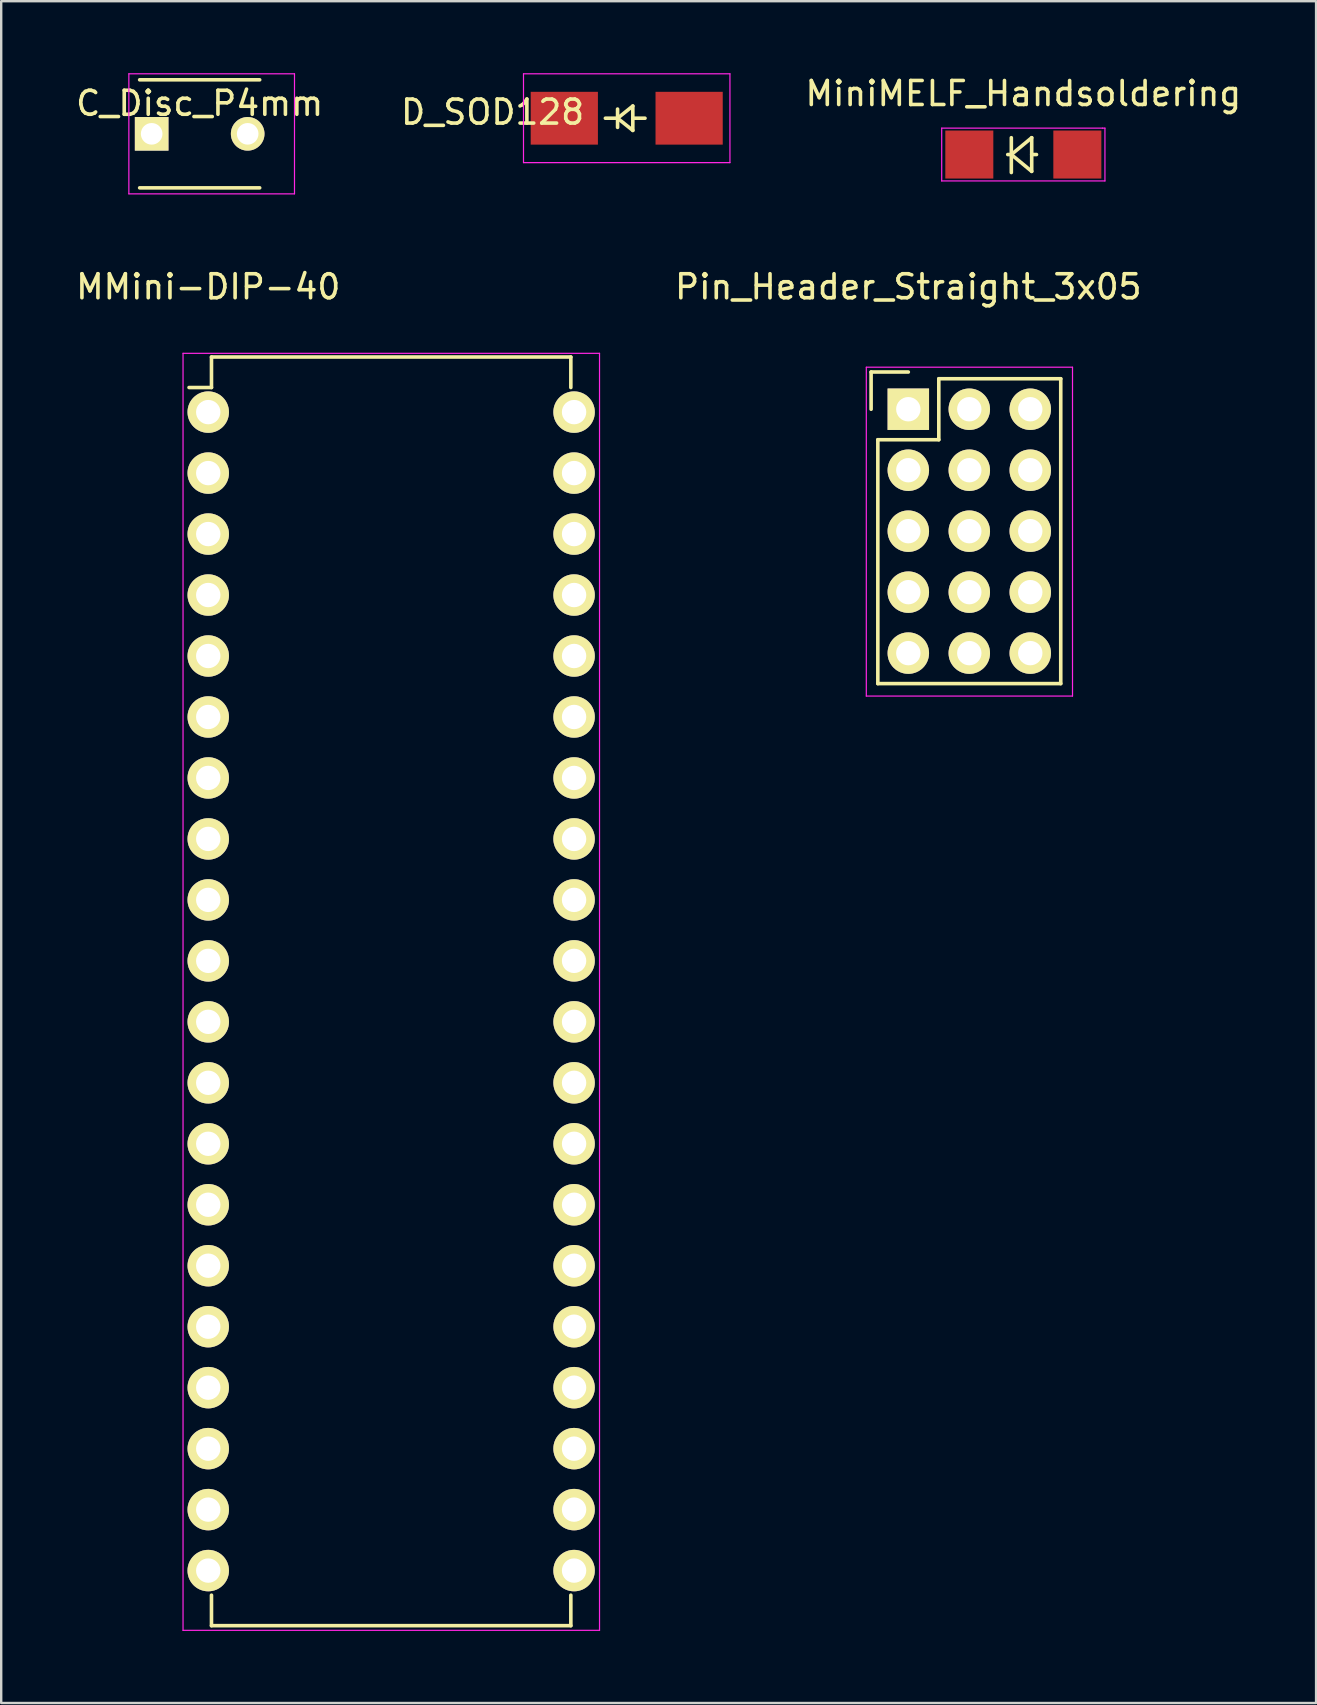
<source format=kicad_pcb>
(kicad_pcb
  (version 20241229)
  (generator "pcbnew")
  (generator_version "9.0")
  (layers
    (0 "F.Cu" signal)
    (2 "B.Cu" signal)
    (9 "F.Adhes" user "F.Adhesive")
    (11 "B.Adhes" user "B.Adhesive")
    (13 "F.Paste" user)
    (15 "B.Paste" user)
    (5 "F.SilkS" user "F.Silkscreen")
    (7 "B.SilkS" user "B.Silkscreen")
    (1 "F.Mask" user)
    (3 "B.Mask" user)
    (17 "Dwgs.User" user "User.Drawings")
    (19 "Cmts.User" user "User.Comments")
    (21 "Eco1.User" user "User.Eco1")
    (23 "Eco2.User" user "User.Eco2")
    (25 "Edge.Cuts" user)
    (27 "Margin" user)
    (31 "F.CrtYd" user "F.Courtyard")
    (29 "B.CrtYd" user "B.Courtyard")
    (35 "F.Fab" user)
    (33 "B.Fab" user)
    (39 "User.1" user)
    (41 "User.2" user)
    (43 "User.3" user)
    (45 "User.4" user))
  (footprint "Pin_Header_Straight_3x05"
    (layer "F.Cu")
    (at 34.789 13.998)
    (property "Reference" "Pin_Header_Straight_3x05" (at 0 -5.1 0) (layer "F.SilkS") (effects (font (size 1 1) (thickness 0.15))))
    (attr through_hole)
    (fp_line (start -1.55 -1.55) (end -1.55 0) (stroke (width 0.15) (type solid)) (layer "F.SilkS"))
    (fp_line (start -1.27 11.43) (end -1.27 1.27) (stroke (width 0.15) (type solid)) (layer "F.SilkS"))
    (fp_line (start 0 -1.55) (end -1.55 -1.55) (stroke (width 0.15) (type solid)) (layer "F.SilkS"))
    (fp_line (start 1.27 -1.27) (end 1.27 1.27) (stroke (width 0.15) (type solid)) (layer "F.SilkS"))
    (fp_line (start 1.27 1.27) (end -1.27 1.27) (stroke (width 0.15) (type solid)) (layer "F.SilkS"))
    (fp_line (start 6.35 -1.27) (end 1.27 -1.27) (stroke (width 0.15) (type solid)) (layer "F.SilkS"))
    (fp_line (start 6.35 -1.27) (end 6.35 11.43) (stroke (width 0.15) (type solid)) (layer "F.SilkS"))
    (fp_line (start 6.35 11.43) (end -1.27 11.43) (stroke (width 0.15) (type solid)) (layer "F.SilkS"))
    (fp_line (start -1.75 -1.75) (end -1.75 11.95) (stroke (width 0.05) (type solid)) (layer "F.CrtYd"))
    (fp_line (start -1.75 -1.75) (end 6.84 -1.75) (stroke (width 0.05) (type solid)) (layer "F.CrtYd"))
    (fp_line (start -1.75 11.95) (end 6.84 11.95) (stroke (width 0.05) (type solid)) (layer "F.CrtYd"))
    (fp_line (start 6.84 -1.75) (end 6.84 11.95) (stroke (width 0.05) (type solid)) (layer "F.CrtYd"))
    (pad "1" thru_hole rect (at 0 0) (size 1.727 1.727) (drill 1.016) (layers "*.Cu" "*.Mask" "F.SilkS"))
    (pad "2" thru_hole oval (at 0 2.54) (size 1.727 1.727) (drill 1.016) (layers "*.Cu" "*.Mask" "F.SilkS"))
    (pad "3" thru_hole oval (at 0 5.08) (size 1.727 1.727) (drill 1.016) (layers "*.Cu" "*.Mask" "F.SilkS"))
    (pad "4" thru_hole oval (at 0 7.62) (size 1.727 1.727) (drill 1.016) (layers "*.Cu" "*.Mask" "F.SilkS"))
    (pad "5" thru_hole oval (at 0 10.16) (size 1.727 1.727) (drill 1.016) (layers "*.Cu" "*.Mask" "F.SilkS"))
    (pad "6" thru_hole oval (at 2.54 0) (size 1.727 1.727) (drill 1.016) (layers "*.Cu" "*.Mask" "F.SilkS"))
    (pad "7" thru_hole oval (at 2.54 2.54) (size 1.727 1.727) (drill 1.016) (layers "*.Cu" "*.Mask" "F.SilkS"))
    (pad "8" thru_hole oval (at 2.54 5.08) (size 1.727 1.727) (drill 1.016) (layers "*.Cu" "*.Mask" "F.SilkS"))
    (pad "9" thru_hole oval (at 2.54 7.62) (size 1.727 1.727) (drill 1.016) (layers "*.Cu" "*.Mask" "F.SilkS"))
    (pad "10" thru_hole oval (at 2.54 10.16) (size 1.727 1.727) (drill 1.016) (layers "*.Cu" "*.Mask" "F.SilkS"))
    (pad "11" thru_hole oval (at 5.08 0) (size 1.727 1.727) (drill 1.016) (layers "*.Cu" "*.Mask" "F.SilkS"))
    (pad "12" thru_hole oval (at 5.08 2.54) (size 1.727 1.727) (drill 1.016) (layers "*.Cu" "*.Mask" "F.SilkS"))
    (pad "13" thru_hole oval (at 5.08 5.08) (size 1.727 1.727) (drill 1.016) (layers "*.Cu" "*.Mask" "F.SilkS"))
    (pad "14" thru_hole oval (at 5.08 7.62) (size 1.727 1.727) (drill 1.016) (layers "*.Cu" "*.Mask" "F.SilkS"))
    (pad "15" thru_hole oval (at 5.08 10.16) (size 1.727 1.727) (drill 1.016) (layers "*.Cu" "*.Mask" "F.SilkS")))
  (footprint "C_Disc_P4mm"
    (layer "F.Cu")
    (at 3.268 2.525)
    (property "Reference" "C_Disc_P4mm" (at 2 -1.27 0) (layer "F.SilkS") (effects (font (size 1 1) (thickness 0.15))))
    (attr through_hole)
    (fp_line (start -0.5 -2.25) (end 4.5 -2.25) (stroke (width 0.15) (type solid)) (layer "F.SilkS"))
    (fp_line (start 4.5 2.25) (end -0.5 2.25) (stroke (width 0.15) (type solid)) (layer "F.SilkS"))
    (fp_line (start -0.95 -2.5) (end 5.95 -2.5) (stroke (width 0.05) (type solid)) (layer "F.CrtYd"))
    (fp_line (start -0.95 2.5) (end -0.95 -2.5) (stroke (width 0.05) (type solid)) (layer "F.CrtYd"))
    (fp_line (start 5.95 -2.5) (end 5.95 2.5) (stroke (width 0.05) (type solid)) (layer "F.CrtYd"))
    (fp_line (start 5.95 2.5) (end -0.95 2.5) (stroke (width 0.05) (type solid)) (layer "F.CrtYd"))
    (pad "1" thru_hole rect (at 0 0) (size 1.4 1.4) (drill 0.9) (layers "*.Cu" "*.Mask" "F.SilkS"))
    (pad "2" thru_hole circle (at 4 0) (size 1.4 1.4) (drill 0.9) (layers "*.Cu" "*.Mask" "F.SilkS")))
  (footprint "MMini-DIP-40"
    (layer "F.Cu")
    (at 5.625 14.118)
    (property "Reference" "MMini-DIP-40" (at 0 -5.22 0) (layer "F.SilkS") (effects (font (size 1 1) (thickness 0.15))))
    (attr through_hole)
    (fp_line (start 0.135 -2.295) (end 0.135 -1.025) (stroke (width 0.15) (type solid)) (layer "F.SilkS"))
    (fp_line (start 0.135 -2.295) (end 15.105 -2.295) (stroke (width 0.15) (type solid)) (layer "F.SilkS"))
    (fp_line (start 0.135 -1.025) (end -0.8 -1.025) (stroke (width 0.15) (type solid)) (layer "F.SilkS"))
    (fp_line (start 0.135 50.555) (end 0.135 49.285) (stroke (width 0.15) (type solid)) (layer "F.SilkS"))
    (fp_line (start 0.135 50.555) (end 15.105 50.555) (stroke (width 0.15) (type solid)) (layer "F.SilkS"))
    (fp_line (start 15.105 -2.295) (end 15.105 -1.025) (stroke (width 0.15) (type solid)) (layer "F.SilkS"))
    (fp_line (start 15.105 50.555) (end 15.105 49.285) (stroke (width 0.15) (type solid)) (layer "F.SilkS"))
    (fp_line (start -1.05 -2.45) (end -1.05 50.75) (stroke (width 0.05) (type solid)) (layer "F.CrtYd"))
    (fp_line (start -1.05 -2.45) (end 16.3 -2.45) (stroke (width 0.05) (type solid)) (layer "F.CrtYd"))
    (fp_line (start -1.05 50.75) (end 16.3 50.75) (stroke (width 0.05) (type solid)) (layer "F.CrtYd"))
    (fp_line (start 16.3 -2.45) (end 16.3 50.75) (stroke (width 0.05) (type solid)) (layer "F.CrtYd"))
    (pad "1" thru_hole oval (at 0 0) (size 1.727 1.727) (drill 1.016) (layers "*.Cu" "*.Mask" "F.SilkS"))
    (pad "2" thru_hole oval (at 0 2.54) (size 1.727 1.727) (drill 1.016) (layers "*.Cu" "*.Mask" "F.SilkS"))
    (pad "3" thru_hole oval (at 0 5.08) (size 1.727 1.727) (drill 1.016) (layers "*.Cu" "*.Mask" "F.SilkS"))
    (pad "4" thru_hole oval (at 0 7.62) (size 1.727 1.727) (drill 1.016) (layers "*.Cu" "*.Mask" "F.SilkS"))
    (pad "5" thru_hole oval (at 0 10.16) (size 1.727 1.727) (drill 1.016) (layers "*.Cu" "*.Mask" "F.SilkS"))
    (pad "6" thru_hole oval (at 0 12.7) (size 1.727 1.727) (drill 1.016) (layers "*.Cu" "*.Mask" "F.SilkS"))
    (pad "7" thru_hole oval (at 0 15.24) (size 1.727 1.727) (drill 1.016) (layers "*.Cu" "*.Mask" "F.SilkS"))
    (pad "8" thru_hole oval (at 0 17.78) (size 1.727 1.727) (drill 1.016) (layers "*.Cu" "*.Mask" "F.SilkS"))
    (pad "9" thru_hole oval (at 0 20.32) (size 1.727 1.727) (drill 1.016) (layers "*.Cu" "*.Mask" "F.SilkS"))
    (pad "10" thru_hole oval (at 0 22.86) (size 1.727 1.727) (drill 1.016) (layers "*.Cu" "*.Mask" "F.SilkS"))
    (pad "11" thru_hole oval (at 0 25.4) (size 1.727 1.727) (drill 1.016) (layers "*.Cu" "*.Mask" "F.SilkS"))
    (pad "12" thru_hole oval (at 0 27.94) (size 1.727 1.727) (drill 1.016) (layers "*.Cu" "*.Mask" "F.SilkS"))
    (pad "13" thru_hole oval (at 0 30.48) (size 1.727 1.727) (drill 1.016) (layers "*.Cu" "*.Mask" "F.SilkS"))
    (pad "14" thru_hole oval (at 0 33.02) (size 1.727 1.727) (drill 1.016) (layers "*.Cu" "*.Mask" "F.SilkS"))
    (pad "15" thru_hole oval (at 0 35.56) (size 1.727 1.727) (drill 1.016) (layers "*.Cu" "*.Mask" "F.SilkS"))
    (pad "16" thru_hole oval (at 0 38.1) (size 1.727 1.727) (drill 1.016) (layers "*.Cu" "*.Mask" "F.SilkS"))
    (pad "17" thru_hole oval (at 0 40.64) (size 1.727 1.727) (drill 1.016) (layers "*.Cu" "*.Mask" "F.SilkS"))
    (pad "18" thru_hole oval (at 0 43.18) (size 1.727 1.727) (drill 1.016) (layers "*.Cu" "*.Mask" "F.SilkS"))
    (pad "19" thru_hole oval (at 0 45.72) (size 1.727 1.727) (drill 1.016) (layers "*.Cu" "*.Mask" "F.SilkS"))
    (pad "20" thru_hole oval (at 0 48.26) (size 1.727 1.727) (drill 1.016) (layers "*.Cu" "*.Mask" "F.SilkS"))
    (pad "21" thru_hole oval (at 15.24 48.26) (size 1.727 1.727) (drill 1.016) (layers "*.Cu" "*.Mask" "F.SilkS"))
    (pad "22" thru_hole oval (at 15.24 45.72) (size 1.727 1.727) (drill 1.016) (layers "*.Cu" "*.Mask" "F.SilkS"))
    (pad "23" thru_hole oval (at 15.24 43.18) (size 1.727 1.727) (drill 1.016) (layers "*.Cu" "*.Mask" "F.SilkS"))
    (pad "24" thru_hole oval (at 15.24 40.64) (size 1.727 1.727) (drill 1.016) (layers "*.Cu" "*.Mask" "F.SilkS"))
    (pad "25" thru_hole oval (at 15.24 38.1) (size 1.727 1.727) (drill 1.016) (layers "*.Cu" "*.Mask" "F.SilkS"))
    (pad "26" thru_hole oval (at 15.24 35.56) (size 1.727 1.727) (drill 1.016) (layers "*.Cu" "*.Mask" "F.SilkS"))
    (pad "27" thru_hole oval (at 15.24 33.02) (size 1.727 1.727) (drill 1.016) (layers "*.Cu" "*.Mask" "F.SilkS"))
    (pad "28" thru_hole oval (at 15.24 30.48) (size 1.727 1.727) (drill 1.016) (layers "*.Cu" "*.Mask" "F.SilkS"))
    (pad "29" thru_hole oval (at 15.24 27.94) (size 1.727 1.727) (drill 1.016) (layers "*.Cu" "*.Mask" "F.SilkS"))
    (pad "30" thru_hole oval (at 15.24 25.4) (size 1.727 1.727) (drill 1.016) (layers "*.Cu" "*.Mask" "F.SilkS"))
    (pad "31" thru_hole oval (at 15.24 22.86) (size 1.727 1.727) (drill 1.016) (layers "*.Cu" "*.Mask" "F.SilkS"))
    (pad "32" thru_hole oval (at 15.24 20.32) (size 1.727 1.727) (drill 1.016) (layers "*.Cu" "*.Mask" "F.SilkS"))
    (pad "33" thru_hole oval (at 15.24 17.78) (size 1.727 1.727) (drill 1.016) (layers "*.Cu" "*.Mask" "F.SilkS"))
    (pad "34" thru_hole oval (at 15.24 15.24) (size 1.727 1.727) (drill 1.016) (layers "*.Cu" "*.Mask" "F.SilkS"))
    (pad "35" thru_hole oval (at 15.24 12.7) (size 1.727 1.727) (drill 1.016) (layers "*.Cu" "*.Mask" "F.SilkS"))
    (pad "36" thru_hole oval (at 15.24 10.16) (size 1.727 1.727) (drill 1.016) (layers "*.Cu" "*.Mask" "F.SilkS"))
    (pad "37" thru_hole oval (at 15.24 7.62) (size 1.727 1.727) (drill 1.016) (layers "*.Cu" "*.Mask" "F.SilkS"))
    (pad "38" thru_hole oval (at 15.24 5.08) (size 1.727 1.727) (drill 1.016) (layers "*.Cu" "*.Mask" "F.SilkS"))
    (pad "39" thru_hole oval (at 15.24 2.54) (size 1.727 1.727) (drill 1.016) (layers "*.Cu" "*.Mask" "F.SilkS"))
    (pad "40" thru_hole oval (at 15.24 0) (size 1.727 1.727) (drill 1.016) (layers "*.Cu" "*.Mask" "F.SilkS")))
  (footprint "MiniMELF_Handsoldering"
    (layer "F.Cu")
    (at 39.58 3.388)
    (property "Reference" "MiniMELF_Handsoldering" (at 0 -2.54 0) (layer "F.SilkS") (effects (font (size 1 1) (thickness 0.15))))
    (attr smd)
    (fp_line (start -0.5 0) (end -0.649 0) (stroke (width 0.15) (type solid)) (layer "F.SilkS"))
    (fp_line (start -0.5 0) (end -0.5 -0.701) (stroke (width 0.15) (type solid)) (layer "F.SilkS"))
    (fp_line (start -0.5 0) (end -0.5 0.749) (stroke (width 0.15) (type solid)) (layer "F.SilkS"))
    (fp_line (start -0.5 0) (end 0.349 -0.701) (stroke (width 0.15) (type solid)) (layer "F.SilkS"))
    (fp_line (start 0.349 -0.701) (end 0.349 0.701) (stroke (width 0.15) (type solid)) (layer "F.SilkS"))
    (fp_line (start 0.349 0) (end 0.549 0) (stroke (width 0.15) (type solid)) (layer "F.SilkS"))
    (fp_line (start 0.349 0.701) (end -0.5 0) (stroke (width 0.15) (type solid)) (layer "F.SilkS"))
    (fp_line (start -3.4 -1.1) (end 3.3 -1.1) (stroke (width 0.05) (type solid)) (layer "F.CrtYd"))
    (fp_line (start -3.4 1.1) (end -3.4 -1.1) (stroke (width 0.05) (type solid)) (layer "F.CrtYd"))
    (fp_line (start 3.3 -1.1) (end 3.4 -1.1) (stroke (width 0.05) (type solid)) (layer "F.CrtYd"))
    (fp_line (start 3.4 -1.1) (end 3.4 1.1) (stroke (width 0.05) (type solid)) (layer "F.CrtYd"))
    (fp_line (start 3.4 1.1) (end -3.4 1.1) (stroke (width 0.05) (type solid)) (layer "F.CrtYd"))
    (pad "1" smd rect (at -2.25 0) (size 2 2) (layers "F.Cu" "F.Mask" "F.Paste"))
    (pad "2" smd rect (at 2.25 0) (size 2 2) (layers "F.Cu" "F.Mask" "F.Paste")))
  (footprint "D_SOD128"
    (layer "F.Cu")
    (at 23.058 1.875)
    (property "Reference" "D_SOD128" (at -5.588 -0.254 0) (layer "F.SilkS") (effects (font (size 1 1) (thickness 0.15))))
    (attr smd)
    (fp_line (start -0.889 0) (end -0.381 0) (stroke (width 0.15) (type solid)) (layer "F.SilkS"))
    (fp_line (start -0.381 -0.381) (end -0.381 0.381) (stroke (width 0.15) (type solid)) (layer "F.SilkS"))
    (fp_line (start -0.381 0) (end 0.254 -0.508) (stroke (width 0.15) (type solid)) (layer "F.SilkS"))
    (fp_line (start 0.254 -0.508) (end 0.254 0.508) (stroke (width 0.15) (type solid)) (layer "F.SilkS"))
    (fp_line (start 0.254 0) (end 0.762 0) (stroke (width 0.15) (type solid)) (layer "F.SilkS"))
    (fp_line (start 0.254 0.508) (end -0.381 0) (stroke (width 0.15) (type solid)) (layer "F.SilkS"))
    (fp_line (start -4.3 -1.85) (end -4.3 1.85) (stroke (width 0.05) (type solid)) (layer "F.CrtYd"))
    (fp_line (start -4.3 -1.85) (end 4.3 -1.85) (stroke (width 0.05) (type solid)) (layer "F.CrtYd"))
    (fp_line (start -4.3 1.85) (end 4.3 1.85) (stroke (width 0.05) (type solid)) (layer "F.CrtYd"))
    (fp_line (start 4.3 -1.85) (end 4.3 1.85) (stroke (width 0.05) (type solid)) (layer "F.CrtYd"))
    (pad "1" smd rect (at -2.6 0) (size 2.8 2.2) (layers "F.Cu" "F.Mask" "F.Paste"))
    (pad "2" smd rect (at 2.6 0) (size 2.8 2.2) (layers "F.Cu" "F.Mask" "F.Paste")))
  (gr_rect
    (start -3 -3)
    (end 51.776 67.893)
    (stroke (width 0.1) (type default))
    (fill no)
    (layer "Edge.Cuts")))
</source>
